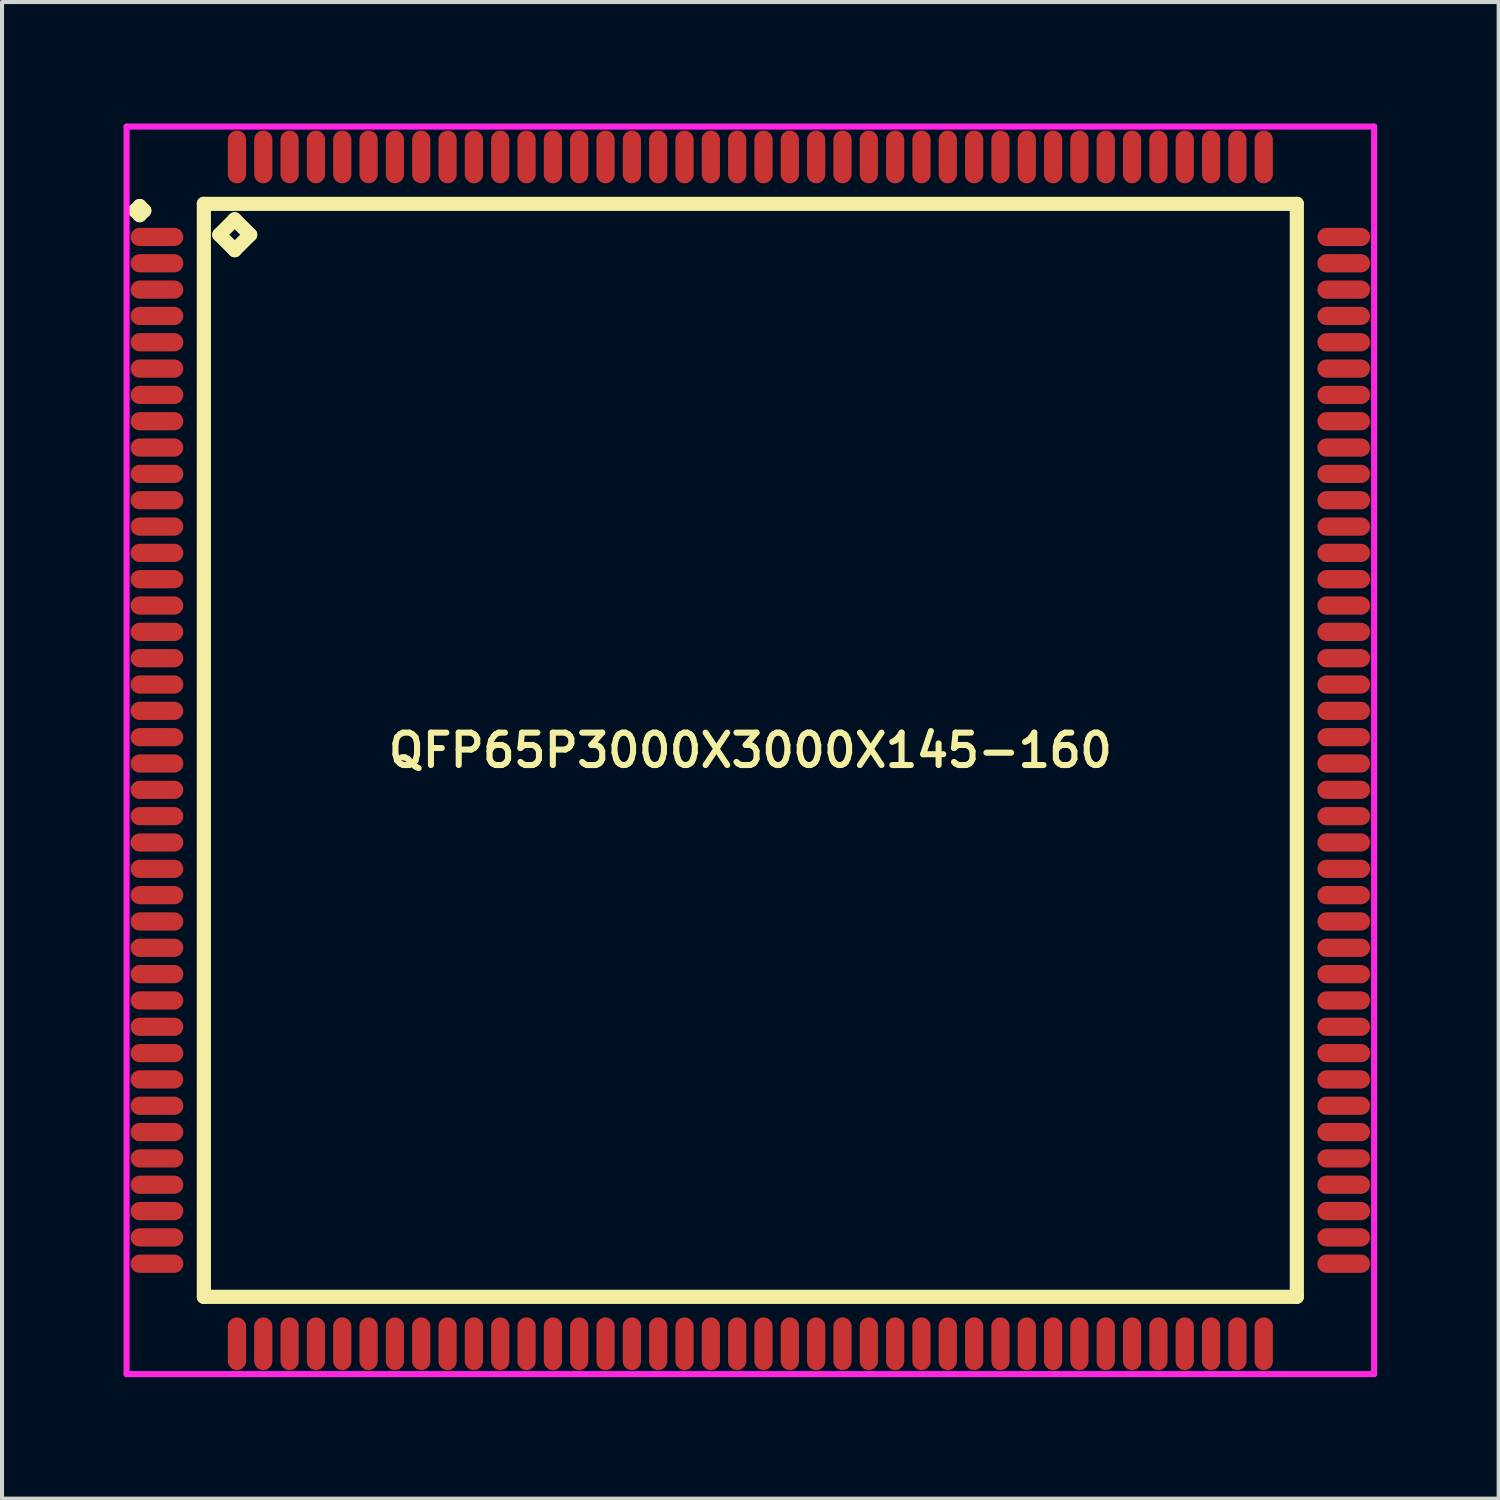
<source format=kicad_pcb>
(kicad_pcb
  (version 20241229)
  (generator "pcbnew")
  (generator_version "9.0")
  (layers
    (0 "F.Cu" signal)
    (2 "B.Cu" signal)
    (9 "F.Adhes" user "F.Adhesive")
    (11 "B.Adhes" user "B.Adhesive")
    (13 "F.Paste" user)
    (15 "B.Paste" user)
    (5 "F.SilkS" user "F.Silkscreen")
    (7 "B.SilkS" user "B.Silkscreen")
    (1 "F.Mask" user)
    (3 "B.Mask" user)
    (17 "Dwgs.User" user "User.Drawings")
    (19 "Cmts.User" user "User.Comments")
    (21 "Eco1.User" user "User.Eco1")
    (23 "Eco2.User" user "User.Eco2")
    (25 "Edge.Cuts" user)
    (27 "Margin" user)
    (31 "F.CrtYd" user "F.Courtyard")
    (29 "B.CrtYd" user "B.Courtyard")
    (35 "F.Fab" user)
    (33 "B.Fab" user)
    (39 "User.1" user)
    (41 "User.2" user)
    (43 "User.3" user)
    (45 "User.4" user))
  (footprint "QFP65P3000X3000X145-160"
    (layer "F.Cu")
    (at 15.475 15.475)
    (property "Reference" "QFP65P3000X3000X145-160" (at 0 0 0) (layer "F.SilkS") (effects (font (size 0.8 0.8) (thickness 0.15))))
    (attr through_hole)
    (fp_line (start -15.188 -13.325) (end -15.075 -13.438) (stroke (width 0.35) (type solid)) (layer "F.SilkS"))
    (fp_line (start -15.075 -13.438) (end -14.963 -13.325) (stroke (width 0.35) (type solid)) (layer "F.SilkS"))
    (fp_line (start -15.075 -13.213) (end -15.188 -13.325) (stroke (width 0.35) (type solid)) (layer "F.SilkS"))
    (fp_line (start -14.963 -13.325) (end -15.075 -13.213) (stroke (width 0.35) (type solid)) (layer "F.SilkS"))
    (fp_line (start -13.492 -13.492) (end -13.492 13.492) (stroke (width 0.35) (type solid)) (layer "F.SilkS"))
    (fp_line (start -13.492 13.492) (end 13.492 13.492) (stroke (width 0.35) (type solid)) (layer "F.SilkS"))
    (fp_line (start -13.111 -12.73) (end -12.73 -13.111) (stroke (width 0.35) (type solid)) (layer "F.SilkS"))
    (fp_line (start -12.73 -13.111) (end -12.349 -12.73) (stroke (width 0.35) (type solid)) (layer "F.SilkS"))
    (fp_line (start -12.73 -12.349) (end -13.111 -12.73) (stroke (width 0.35) (type solid)) (layer "F.SilkS"))
    (fp_line (start -12.349 -12.73) (end -12.73 -12.349) (stroke (width 0.35) (type solid)) (layer "F.SilkS"))
    (fp_line (start 13.492 -13.492) (end -13.492 -13.492) (stroke (width 0.35) (type solid)) (layer "F.SilkS"))
    (fp_line (start 13.492 13.492) (end 13.492 -13.492) (stroke (width 0.35) (type solid)) (layer "F.SilkS"))
    (fp_line (start -15.4 -15.4) (end 15.4 -15.4) (stroke (width 0.15) (type solid)) (layer "F.CrtYd"))
    (fp_line (start -15.4 15.4) (end -15.4 -15.4) (stroke (width 0.15) (type solid)) (layer "F.CrtYd"))
    (fp_line (start 15.4 -15.4) (end 15.4 15.4) (stroke (width 0.15) (type solid)) (layer "F.CrtYd"))
    (fp_line (start 15.4 15.4) (end -15.4 15.4) (stroke (width 0.15) (type solid)) (layer "F.CrtYd"))
    (pad "1" smd oval (at -14.65 -12.675) (size 1.3 0.45) (layers "F.Cu" "F.Mask" "F.Paste"))
    (pad "2" smd oval (at -14.65 -12.025) (size 1.3 0.45) (layers "F.Cu" "F.Mask" "F.Paste"))
    (pad "3" smd oval (at -14.65 -11.375) (size 1.3 0.45) (layers "F.Cu" "F.Mask" "F.Paste"))
    (pad "4" smd oval (at -14.65 -10.725) (size 1.3 0.45) (layers "F.Cu" "F.Mask" "F.Paste"))
    (pad "5" smd oval (at -14.65 -10.075) (size 1.3 0.45) (layers "F.Cu" "F.Mask" "F.Paste"))
    (pad "6" smd oval (at -14.65 -9.425) (size 1.3 0.45) (layers "F.Cu" "F.Mask" "F.Paste"))
    (pad "7" smd oval (at -14.65 -8.775) (size 1.3 0.45) (layers "F.Cu" "F.Mask" "F.Paste"))
    (pad "8" smd oval (at -14.65 -8.125) (size 1.3 0.45) (layers "F.Cu" "F.Mask" "F.Paste"))
    (pad "9" smd oval (at -14.65 -7.475) (size 1.3 0.45) (layers "F.Cu" "F.Mask" "F.Paste"))
    (pad "10" smd oval (at -14.65 -6.825) (size 1.3 0.45) (layers "F.Cu" "F.Mask" "F.Paste"))
    (pad "11" smd oval (at -14.65 -6.175) (size 1.3 0.45) (layers "F.Cu" "F.Mask" "F.Paste"))
    (pad "12" smd oval (at -14.65 -5.525) (size 1.3 0.45) (layers "F.Cu" "F.Mask" "F.Paste"))
    (pad "13" smd oval (at -14.65 -4.875) (size 1.3 0.45) (layers "F.Cu" "F.Mask" "F.Paste"))
    (pad "14" smd oval (at -14.65 -4.225) (size 1.3 0.45) (layers "F.Cu" "F.Mask" "F.Paste"))
    (pad "15" smd oval (at -14.65 -3.575) (size 1.3 0.45) (layers "F.Cu" "F.Mask" "F.Paste"))
    (pad "16" smd oval (at -14.65 -2.925) (size 1.3 0.45) (layers "F.Cu" "F.Mask" "F.Paste"))
    (pad "17" smd oval (at -14.65 -2.275) (size 1.3 0.45) (layers "F.Cu" "F.Mask" "F.Paste"))
    (pad "18" smd oval (at -14.65 -1.625) (size 1.3 0.45) (layers "F.Cu" "F.Mask" "F.Paste"))
    (pad "19" smd oval (at -14.65 -0.975) (size 1.3 0.45) (layers "F.Cu" "F.Mask" "F.Paste"))
    (pad "20" smd oval (at -14.65 -0.325) (size 1.3 0.45) (layers "F.Cu" "F.Mask" "F.Paste"))
    (pad "21" smd oval (at -14.65 0.325) (size 1.3 0.45) (layers "F.Cu" "F.Mask" "F.Paste"))
    (pad "22" smd oval (at -14.65 0.975) (size 1.3 0.45) (layers "F.Cu" "F.Mask" "F.Paste"))
    (pad "23" smd oval (at -14.65 1.625) (size 1.3 0.45) (layers "F.Cu" "F.Mask" "F.Paste"))
    (pad "24" smd oval (at -14.65 2.275) (size 1.3 0.45) (layers "F.Cu" "F.Mask" "F.Paste"))
    (pad "25" smd oval (at -14.65 2.925) (size 1.3 0.45) (layers "F.Cu" "F.Mask" "F.Paste"))
    (pad "26" smd oval (at -14.65 3.575) (size 1.3 0.45) (layers "F.Cu" "F.Mask" "F.Paste"))
    (pad "27" smd oval (at -14.65 4.225) (size 1.3 0.45) (layers "F.Cu" "F.Mask" "F.Paste"))
    (pad "28" smd oval (at -14.65 4.875) (size 1.3 0.45) (layers "F.Cu" "F.Mask" "F.Paste"))
    (pad "29" smd oval (at -14.65 5.525) (size 1.3 0.45) (layers "F.Cu" "F.Mask" "F.Paste"))
    (pad "30" smd oval (at -14.65 6.175) (size 1.3 0.45) (layers "F.Cu" "F.Mask" "F.Paste"))
    (pad "31" smd oval (at -14.65 6.825) (size 1.3 0.45) (layers "F.Cu" "F.Mask" "F.Paste"))
    (pad "32" smd oval (at -14.65 7.475) (size 1.3 0.45) (layers "F.Cu" "F.Mask" "F.Paste"))
    (pad "33" smd oval (at -14.65 8.125) (size 1.3 0.45) (layers "F.Cu" "F.Mask" "F.Paste"))
    (pad "34" smd oval (at -14.65 8.775) (size 1.3 0.45) (layers "F.Cu" "F.Mask" "F.Paste"))
    (pad "35" smd oval (at -14.65 9.425) (size 1.3 0.45) (layers "F.Cu" "F.Mask" "F.Paste"))
    (pad "36" smd oval (at -14.65 10.075) (size 1.3 0.45) (layers "F.Cu" "F.Mask" "F.Paste"))
    (pad "37" smd oval (at -14.65 10.725) (size 1.3 0.45) (layers "F.Cu" "F.Mask" "F.Paste"))
    (pad "38" smd oval (at -14.65 11.375) (size 1.3 0.45) (layers "F.Cu" "F.Mask" "F.Paste"))
    (pad "39" smd oval (at -14.65 12.025) (size 1.3 0.45) (layers "F.Cu" "F.Mask" "F.Paste"))
    (pad "40" smd oval (at -14.65 12.675) (size 1.3 0.45) (layers "F.Cu" "F.Mask" "F.Paste"))
    (pad "41" smd oval (at -12.675 14.65) (size 0.45 1.3) (layers "F.Cu" "F.Mask" "F.Paste"))
    (pad "42" smd oval (at -12.025 14.65) (size 0.45 1.3) (layers "F.Cu" "F.Mask" "F.Paste"))
    (pad "43" smd oval (at -11.375 14.65) (size 0.45 1.3) (layers "F.Cu" "F.Mask" "F.Paste"))
    (pad "44" smd oval (at -10.725 14.65) (size 0.45 1.3) (layers "F.Cu" "F.Mask" "F.Paste"))
    (pad "45" smd oval (at -10.075 14.65) (size 0.45 1.3) (layers "F.Cu" "F.Mask" "F.Paste"))
    (pad "46" smd oval (at -9.425 14.65) (size 0.45 1.3) (layers "F.Cu" "F.Mask" "F.Paste"))
    (pad "47" smd oval (at -8.775 14.65) (size 0.45 1.3) (layers "F.Cu" "F.Mask" "F.Paste"))
    (pad "48" smd oval (at -8.125 14.65) (size 0.45 1.3) (layers "F.Cu" "F.Mask" "F.Paste"))
    (pad "49" smd oval (at -7.475 14.65) (size 0.45 1.3) (layers "F.Cu" "F.Mask" "F.Paste"))
    (pad "50" smd oval (at -6.825 14.65) (size 0.45 1.3) (layers "F.Cu" "F.Mask" "F.Paste"))
    (pad "51" smd oval (at -6.175 14.65) (size 0.45 1.3) (layers "F.Cu" "F.Mask" "F.Paste"))
    (pad "52" smd oval (at -5.525 14.65) (size 0.45 1.3) (layers "F.Cu" "F.Mask" "F.Paste"))
    (pad "53" smd oval (at -4.875 14.65) (size 0.45 1.3) (layers "F.Cu" "F.Mask" "F.Paste"))
    (pad "54" smd oval (at -4.225 14.65) (size 0.45 1.3) (layers "F.Cu" "F.Mask" "F.Paste"))
    (pad "55" smd oval (at -3.575 14.65) (size 0.45 1.3) (layers "F.Cu" "F.Mask" "F.Paste"))
    (pad "56" smd oval (at -2.925 14.65) (size 0.45 1.3) (layers "F.Cu" "F.Mask" "F.Paste"))
    (pad "57" smd oval (at -2.275 14.65) (size 0.45 1.3) (layers "F.Cu" "F.Mask" "F.Paste"))
    (pad "58" smd oval (at -1.625 14.65) (size 0.45 1.3) (layers "F.Cu" "F.Mask" "F.Paste"))
    (pad "59" smd oval (at -0.975 14.65) (size 0.45 1.3) (layers "F.Cu" "F.Mask" "F.Paste"))
    (pad "60" smd oval (at -0.325 14.65) (size 0.45 1.3) (layers "F.Cu" "F.Mask" "F.Paste"))
    (pad "61" smd oval (at 0.325 14.65) (size 0.45 1.3) (layers "F.Cu" "F.Mask" "F.Paste"))
    (pad "62" smd oval (at 0.975 14.65) (size 0.45 1.3) (layers "F.Cu" "F.Mask" "F.Paste"))
    (pad "63" smd oval (at 1.625 14.65) (size 0.45 1.3) (layers "F.Cu" "F.Mask" "F.Paste"))
    (pad "64" smd oval (at 2.275 14.65) (size 0.45 1.3) (layers "F.Cu" "F.Mask" "F.Paste"))
    (pad "65" smd oval (at 2.925 14.65) (size 0.45 1.3) (layers "F.Cu" "F.Mask" "F.Paste"))
    (pad "66" smd oval (at 3.575 14.65) (size 0.45 1.3) (layers "F.Cu" "F.Mask" "F.Paste"))
    (pad "67" smd oval (at 4.225 14.65) (size 0.45 1.3) (layers "F.Cu" "F.Mask" "F.Paste"))
    (pad "68" smd oval (at 4.875 14.65) (size 0.45 1.3) (layers "F.Cu" "F.Mask" "F.Paste"))
    (pad "69" smd oval (at 5.525 14.65) (size 0.45 1.3) (layers "F.Cu" "F.Mask" "F.Paste"))
    (pad "70" smd oval (at 6.175 14.65) (size 0.45 1.3) (layers "F.Cu" "F.Mask" "F.Paste"))
    (pad "71" smd oval (at 6.825 14.65) (size 0.45 1.3) (layers "F.Cu" "F.Mask" "F.Paste"))
    (pad "72" smd oval (at 7.475 14.65) (size 0.45 1.3) (layers "F.Cu" "F.Mask" "F.Paste"))
    (pad "73" smd oval (at 8.125 14.65) (size 0.45 1.3) (layers "F.Cu" "F.Mask" "F.Paste"))
    (pad "74" smd oval (at 8.775 14.65) (size 0.45 1.3) (layers "F.Cu" "F.Mask" "F.Paste"))
    (pad "75" smd oval (at 9.425 14.65) (size 0.45 1.3) (layers "F.Cu" "F.Mask" "F.Paste"))
    (pad "76" smd oval (at 10.075 14.65) (size 0.45 1.3) (layers "F.Cu" "F.Mask" "F.Paste"))
    (pad "77" smd oval (at 10.725 14.65) (size 0.45 1.3) (layers "F.Cu" "F.Mask" "F.Paste"))
    (pad "78" smd oval (at 11.375 14.65) (size 0.45 1.3) (layers "F.Cu" "F.Mask" "F.Paste"))
    (pad "79" smd oval (at 12.025 14.65) (size 0.45 1.3) (layers "F.Cu" "F.Mask" "F.Paste"))
    (pad "80" smd oval (at 12.675 14.65) (size 0.45 1.3) (layers "F.Cu" "F.Mask" "F.Paste"))
    (pad "81" smd oval (at 14.65 12.675) (size 1.3 0.45) (layers "F.Cu" "F.Mask" "F.Paste"))
    (pad "82" smd oval (at 14.65 12.025) (size 1.3 0.45) (layers "F.Cu" "F.Mask" "F.Paste"))
    (pad "83" smd oval (at 14.65 11.375) (size 1.3 0.45) (layers "F.Cu" "F.Mask" "F.Paste"))
    (pad "84" smd oval (at 14.65 10.725) (size 1.3 0.45) (layers "F.Cu" "F.Mask" "F.Paste"))
    (pad "85" smd oval (at 14.65 10.075) (size 1.3 0.45) (layers "F.Cu" "F.Mask" "F.Paste"))
    (pad "86" smd oval (at 14.65 9.425) (size 1.3 0.45) (layers "F.Cu" "F.Mask" "F.Paste"))
    (pad "87" smd oval (at 14.65 8.775) (size 1.3 0.45) (layers "F.Cu" "F.Mask" "F.Paste"))
    (pad "88" smd oval (at 14.65 8.125) (size 1.3 0.45) (layers "F.Cu" "F.Mask" "F.Paste"))
    (pad "89" smd oval (at 14.65 7.475) (size 1.3 0.45) (layers "F.Cu" "F.Mask" "F.Paste"))
    (pad "90" smd oval (at 14.65 6.825) (size 1.3 0.45) (layers "F.Cu" "F.Mask" "F.Paste"))
    (pad "91" smd oval (at 14.65 6.175) (size 1.3 0.45) (layers "F.Cu" "F.Mask" "F.Paste"))
    (pad "92" smd oval (at 14.65 5.525) (size 1.3 0.45) (layers "F.Cu" "F.Mask" "F.Paste"))
    (pad "93" smd oval (at 14.65 4.875) (size 1.3 0.45) (layers "F.Cu" "F.Mask" "F.Paste"))
    (pad "94" smd oval (at 14.65 4.225) (size 1.3 0.45) (layers "F.Cu" "F.Mask" "F.Paste"))
    (pad "95" smd oval (at 14.65 3.575) (size 1.3 0.45) (layers "F.Cu" "F.Mask" "F.Paste"))
    (pad "96" smd oval (at 14.65 2.925) (size 1.3 0.45) (layers "F.Cu" "F.Mask" "F.Paste"))
    (pad "97" smd oval (at 14.65 2.275) (size 1.3 0.45) (layers "F.Cu" "F.Mask" "F.Paste"))
    (pad "98" smd oval (at 14.65 1.625) (size 1.3 0.45) (layers "F.Cu" "F.Mask" "F.Paste"))
    (pad "99" smd oval (at 14.65 0.975) (size 1.3 0.45) (layers "F.Cu" "F.Mask" "F.Paste"))
    (pad "100" smd oval (at 14.65 0.325) (size 1.3 0.45) (layers "F.Cu" "F.Mask" "F.Paste"))
    (pad "101" smd oval (at 14.65 -0.325) (size 1.3 0.45) (layers "F.Cu" "F.Mask" "F.Paste"))
    (pad "102" smd oval (at 14.65 -0.975) (size 1.3 0.45) (layers "F.Cu" "F.Mask" "F.Paste"))
    (pad "103" smd oval (at 14.65 -1.625) (size 1.3 0.45) (layers "F.Cu" "F.Mask" "F.Paste"))
    (pad "104" smd oval (at 14.65 -2.275) (size 1.3 0.45) (layers "F.Cu" "F.Mask" "F.Paste"))
    (pad "105" smd oval (at 14.65 -2.925) (size 1.3 0.45) (layers "F.Cu" "F.Mask" "F.Paste"))
    (pad "106" smd oval (at 14.65 -3.575) (size 1.3 0.45) (layers "F.Cu" "F.Mask" "F.Paste"))
    (pad "107" smd oval (at 14.65 -4.225) (size 1.3 0.45) (layers "F.Cu" "F.Mask" "F.Paste"))
    (pad "108" smd oval (at 14.65 -4.875) (size 1.3 0.45) (layers "F.Cu" "F.Mask" "F.Paste"))
    (pad "109" smd oval (at 14.65 -5.525) (size 1.3 0.45) (layers "F.Cu" "F.Mask" "F.Paste"))
    (pad "110" smd oval (at 14.65 -6.175) (size 1.3 0.45) (layers "F.Cu" "F.Mask" "F.Paste"))
    (pad "111" smd oval (at 14.65 -6.825) (size 1.3 0.45) (layers "F.Cu" "F.Mask" "F.Paste"))
    (pad "112" smd oval (at 14.65 -7.475) (size 1.3 0.45) (layers "F.Cu" "F.Mask" "F.Paste"))
    (pad "113" smd oval (at 14.65 -8.125) (size 1.3 0.45) (layers "F.Cu" "F.Mask" "F.Paste"))
    (pad "114" smd oval (at 14.65 -8.775) (size 1.3 0.45) (layers "F.Cu" "F.Mask" "F.Paste"))
    (pad "115" smd oval (at 14.65 -9.425) (size 1.3 0.45) (layers "F.Cu" "F.Mask" "F.Paste"))
    (pad "116" smd oval (at 14.65 -10.075) (size 1.3 0.45) (layers "F.Cu" "F.Mask" "F.Paste"))
    (pad "117" smd oval (at 14.65 -10.725) (size 1.3 0.45) (layers "F.Cu" "F.Mask" "F.Paste"))
    (pad "118" smd oval (at 14.65 -11.375) (size 1.3 0.45) (layers "F.Cu" "F.Mask" "F.Paste"))
    (pad "119" smd oval (at 14.65 -12.025) (size 1.3 0.45) (layers "F.Cu" "F.Mask" "F.Paste"))
    (pad "120" smd oval (at 14.65 -12.675) (size 1.3 0.45) (layers "F.Cu" "F.Mask" "F.Paste"))
    (pad "121" smd oval (at 12.675 -14.65) (size 0.45 1.3) (layers "F.Cu" "F.Mask" "F.Paste"))
    (pad "122" smd oval (at 12.025 -14.65) (size 0.45 1.3) (layers "F.Cu" "F.Mask" "F.Paste"))
    (pad "123" smd oval (at 11.375 -14.65) (size 0.45 1.3) (layers "F.Cu" "F.Mask" "F.Paste"))
    (pad "124" smd oval (at 10.725 -14.65) (size 0.45 1.3) (layers "F.Cu" "F.Mask" "F.Paste"))
    (pad "125" smd oval (at 10.075 -14.65) (size 0.45 1.3) (layers "F.Cu" "F.Mask" "F.Paste"))
    (pad "126" smd oval (at 9.425 -14.65) (size 0.45 1.3) (layers "F.Cu" "F.Mask" "F.Paste"))
    (pad "127" smd oval (at 8.775 -14.65) (size 0.45 1.3) (layers "F.Cu" "F.Mask" "F.Paste"))
    (pad "128" smd oval (at 8.125 -14.65) (size 0.45 1.3) (layers "F.Cu" "F.Mask" "F.Paste"))
    (pad "129" smd oval (at 7.475 -14.65) (size 0.45 1.3) (layers "F.Cu" "F.Mask" "F.Paste"))
    (pad "130" smd oval (at 6.825 -14.65) (size 0.45 1.3) (layers "F.Cu" "F.Mask" "F.Paste"))
    (pad "131" smd oval (at 6.175 -14.65) (size 0.45 1.3) (layers "F.Cu" "F.Mask" "F.Paste"))
    (pad "132" smd oval (at 5.525 -14.65) (size 0.45 1.3) (layers "F.Cu" "F.Mask" "F.Paste"))
    (pad "133" smd oval (at 4.875 -14.65) (size 0.45 1.3) (layers "F.Cu" "F.Mask" "F.Paste"))
    (pad "134" smd oval (at 4.225 -14.65) (size 0.45 1.3) (layers "F.Cu" "F.Mask" "F.Paste"))
    (pad "135" smd oval (at 3.575 -14.65) (size 0.45 1.3) (layers "F.Cu" "F.Mask" "F.Paste"))
    (pad "136" smd oval (at 2.925 -14.65) (size 0.45 1.3) (layers "F.Cu" "F.Mask" "F.Paste"))
    (pad "137" smd oval (at 2.275 -14.65) (size 0.45 1.3) (layers "F.Cu" "F.Mask" "F.Paste"))
    (pad "138" smd oval (at 1.625 -14.65) (size 0.45 1.3) (layers "F.Cu" "F.Mask" "F.Paste"))
    (pad "139" smd oval (at 0.975 -14.65) (size 0.45 1.3) (layers "F.Cu" "F.Mask" "F.Paste"))
    (pad "140" smd oval (at 0.325 -14.65) (size 0.45 1.3) (layers "F.Cu" "F.Mask" "F.Paste"))
    (pad "141" smd oval (at -0.325 -14.65) (size 0.45 1.3) (layers "F.Cu" "F.Mask" "F.Paste"))
    (pad "142" smd oval (at -0.975 -14.65) (size 0.45 1.3) (layers "F.Cu" "F.Mask" "F.Paste"))
    (pad "143" smd oval (at -1.625 -14.65) (size 0.45 1.3) (layers "F.Cu" "F.Mask" "F.Paste"))
    (pad "144" smd oval (at -2.275 -14.65) (size 0.45 1.3) (layers "F.Cu" "F.Mask" "F.Paste"))
    (pad "145" smd oval (at -2.925 -14.65) (size 0.45 1.3) (layers "F.Cu" "F.Mask" "F.Paste"))
    (pad "146" smd oval (at -3.575 -14.65) (size 0.45 1.3) (layers "F.Cu" "F.Mask" "F.Paste"))
    (pad "147" smd oval (at -4.225 -14.65) (size 0.45 1.3) (layers "F.Cu" "F.Mask" "F.Paste"))
    (pad "148" smd oval (at -4.875 -14.65) (size 0.45 1.3) (layers "F.Cu" "F.Mask" "F.Paste"))
    (pad "149" smd oval (at -5.525 -14.65) (size 0.45 1.3) (layers "F.Cu" "F.Mask" "F.Paste"))
    (pad "150" smd oval (at -6.175 -14.65) (size 0.45 1.3) (layers "F.Cu" "F.Mask" "F.Paste"))
    (pad "151" smd oval (at -6.825 -14.65) (size 0.45 1.3) (layers "F.Cu" "F.Mask" "F.Paste"))
    (pad "152" smd oval (at -7.475 -14.65) (size 0.45 1.3) (layers "F.Cu" "F.Mask" "F.Paste"))
    (pad "153" smd oval (at -8.125 -14.65) (size 0.45 1.3) (layers "F.Cu" "F.Mask" "F.Paste"))
    (pad "154" smd oval (at -8.775 -14.65) (size 0.45 1.3) (layers "F.Cu" "F.Mask" "F.Paste"))
    (pad "155" smd oval (at -9.425 -14.65) (size 0.45 1.3) (layers "F.Cu" "F.Mask" "F.Paste"))
    (pad "156" smd oval (at -10.075 -14.65) (size 0.45 1.3) (layers "F.Cu" "F.Mask" "F.Paste"))
    (pad "157" smd oval (at -10.725 -14.65) (size 0.45 1.3) (layers "F.Cu" "F.Mask" "F.Paste"))
    (pad "158" smd oval (at -11.375 -14.65) (size 0.45 1.3) (layers "F.Cu" "F.Mask" "F.Paste"))
    (pad "159" smd oval (at -12.025 -14.65) (size 0.45 1.3) (layers "F.Cu" "F.Mask" "F.Paste"))
    (pad "160" smd oval (at -12.675 -14.65) (size 0.45 1.3) (layers "F.Cu" "F.Mask" "F.Paste")))
  (gr_rect
    (start -3 -3)
    (end 33.95 33.95)
    (stroke (width 0.1) (type default))
    (fill no)
    (layer "Edge.Cuts")))
</source>
